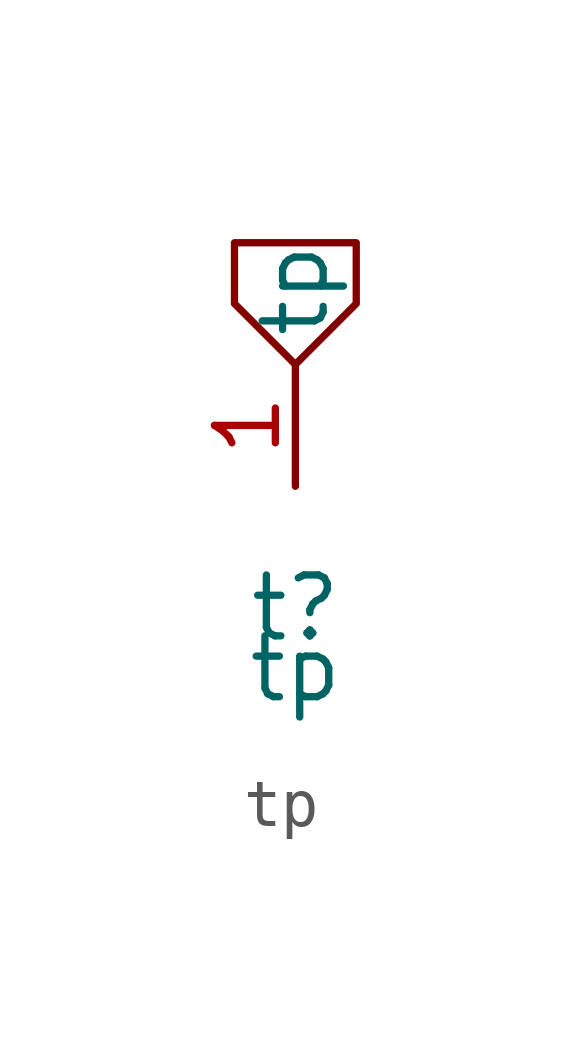
<source format=kicad_sym>
(kicad_symbol_lib
  (version 20211014)
  (generator kicad_symbol_editor)
  (symbol "tp"
    (property "Reference" "t"
      (at 0 -2.54 0)
      (effects (font (size 1.27 1.27))))
    (property "Value" "tp"
      (at 0 -3.81 0)
      (effects (font (size 1.27 1.27))))
    (symbol "tp_0_1"
      (polyline (pts (xy 0 2.54) (xy -1.27 3.81) (xy -1.27 5.08) (xy 1.27 5.08) (xy 1.27 3.81) (xy 0 2.54)) (stroke (width 0) (type default) (color 0 0 0 0)) (fill (type none))))
    (symbol "tp_1_1"
      (pin passive line (at 0 0 90) (length 2.54) (name "tp" (effects (font (size 1.27 1.27)))) (number "1" (effects (font (size 1.27 1.27))))))))
</source>
